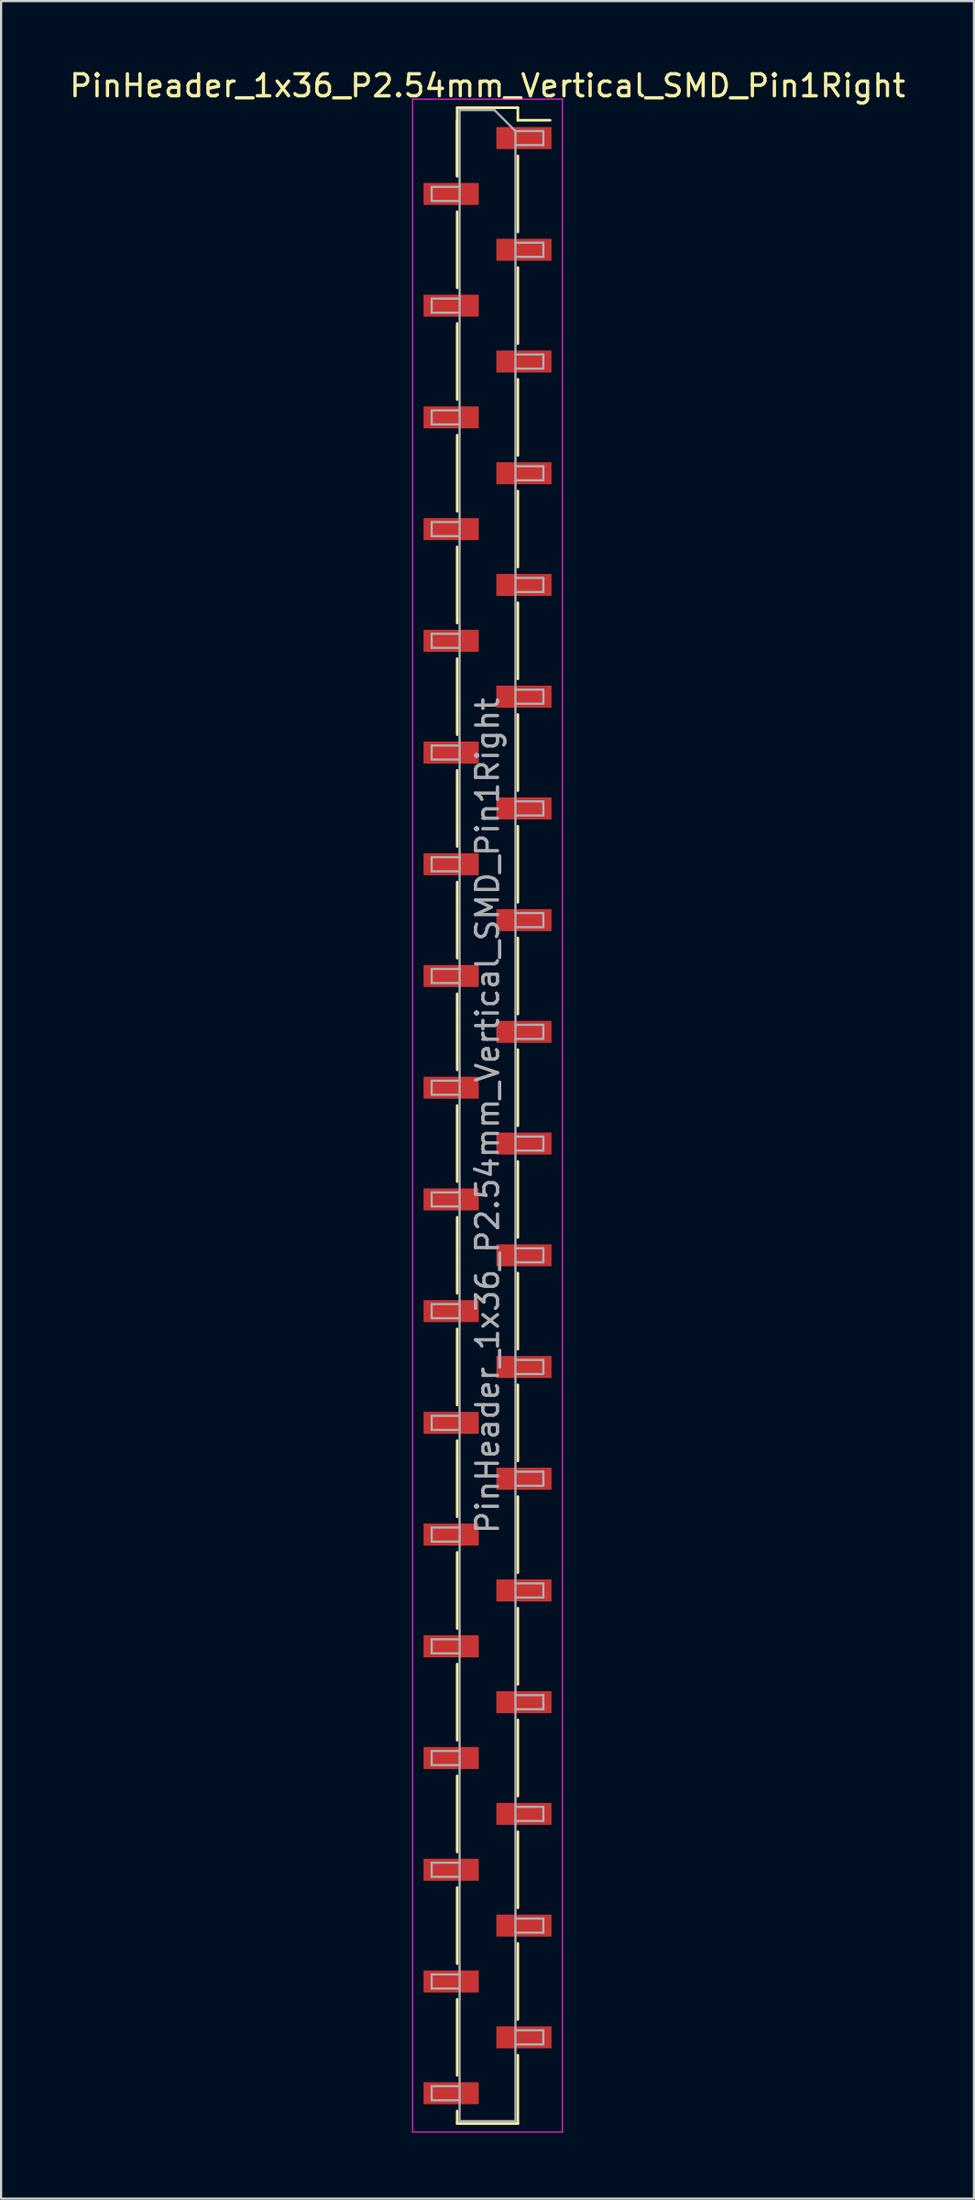
<source format=kicad_pcb>
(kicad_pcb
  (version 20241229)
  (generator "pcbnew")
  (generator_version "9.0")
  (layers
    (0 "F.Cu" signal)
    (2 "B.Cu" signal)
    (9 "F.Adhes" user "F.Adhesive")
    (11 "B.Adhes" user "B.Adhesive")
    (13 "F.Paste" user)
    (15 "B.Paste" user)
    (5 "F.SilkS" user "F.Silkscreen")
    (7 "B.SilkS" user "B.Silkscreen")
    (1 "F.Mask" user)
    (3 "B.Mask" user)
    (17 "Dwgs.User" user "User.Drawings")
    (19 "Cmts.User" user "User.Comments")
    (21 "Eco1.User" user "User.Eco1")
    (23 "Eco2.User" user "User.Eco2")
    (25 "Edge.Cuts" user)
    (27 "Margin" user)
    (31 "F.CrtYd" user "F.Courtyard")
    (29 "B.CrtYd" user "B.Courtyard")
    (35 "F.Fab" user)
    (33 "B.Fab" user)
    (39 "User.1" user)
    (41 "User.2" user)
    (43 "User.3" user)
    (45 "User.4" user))
  (footprint "PinHeader_1x36_P2.54mm_Vertical_SMD_Pin1Right"
    (layer "F.Cu")
    (at 19.125 47.678)
    (property "Reference" "PinHeader_1x36_P2.54mm_Vertical_SMD_Pin1Right" (at 0 -46.83 0) (layer "F.SilkS") (effects (font (size 1 1) (thickness 0.15))))
    (attr smd)
    (fp_line (start -1.38 -45.83) (end -1.38 -42.72) (stroke (width 0.12) (type solid)) (layer "F.SilkS"))
    (fp_line (start -1.38 -45.83) (end 1.38 -45.83) (stroke (width 0.12) (type solid)) (layer "F.SilkS"))
    (fp_line (start -1.38 -45.26) (end -1.38 -42.72) (stroke (width 0.12) (type solid)) (layer "F.SilkS"))
    (fp_line (start -1.38 -41.1) (end -1.38 -37.64) (stroke (width 0.12) (type solid)) (layer "F.SilkS"))
    (fp_line (start -1.38 -36.02) (end -1.38 -32.56) (stroke (width 0.12) (type solid)) (layer "F.SilkS"))
    (fp_line (start -1.38 -30.94) (end -1.38 -27.48) (stroke (width 0.12) (type solid)) (layer "F.SilkS"))
    (fp_line (start -1.38 -25.86) (end -1.38 -22.4) (stroke (width 0.12) (type solid)) (layer "F.SilkS"))
    (fp_line (start -1.38 -20.78) (end -1.38 -17.32) (stroke (width 0.12) (type solid)) (layer "F.SilkS"))
    (fp_line (start -1.38 -15.7) (end -1.38 -12.24) (stroke (width 0.12) (type solid)) (layer "F.SilkS"))
    (fp_line (start -1.38 -10.62) (end -1.38 -7.16) (stroke (width 0.12) (type solid)) (layer "F.SilkS"))
    (fp_line (start -1.38 -5.54) (end -1.38 -2.08) (stroke (width 0.12) (type solid)) (layer "F.SilkS"))
    (fp_line (start -1.38 -0.46) (end -1.38 3) (stroke (width 0.12) (type solid)) (layer "F.SilkS"))
    (fp_line (start -1.38 4.62) (end -1.38 8.08) (stroke (width 0.12) (type solid)) (layer "F.SilkS"))
    (fp_line (start -1.38 9.7) (end -1.38 13.16) (stroke (width 0.12) (type solid)) (layer "F.SilkS"))
    (fp_line (start -1.38 14.78) (end -1.38 18.24) (stroke (width 0.12) (type solid)) (layer "F.SilkS"))
    (fp_line (start -1.38 19.86) (end -1.38 23.32) (stroke (width 0.12) (type solid)) (layer "F.SilkS"))
    (fp_line (start -1.38 24.94) (end -1.38 28.4) (stroke (width 0.12) (type solid)) (layer "F.SilkS"))
    (fp_line (start -1.38 30.02) (end -1.38 33.48) (stroke (width 0.12) (type solid)) (layer "F.SilkS"))
    (fp_line (start -1.38 35.1) (end -1.38 38.56) (stroke (width 0.12) (type solid)) (layer "F.SilkS"))
    (fp_line (start -1.38 40.18) (end -1.38 43.64) (stroke (width 0.12) (type solid)) (layer "F.SilkS"))
    (fp_line (start -1.38 45.26) (end -1.38 45.83) (stroke (width 0.12) (type solid)) (layer "F.SilkS"))
    (fp_line (start -1.38 45.83) (end 1.38 45.83) (stroke (width 0.12) (type solid)) (layer "F.SilkS"))
    (fp_line (start 1.38 -45.83) (end 1.38 -45.26) (stroke (width 0.12) (type solid)) (layer "F.SilkS"))
    (fp_line (start 1.38 -45.26) (end 2.85 -45.26) (stroke (width 0.12) (type solid)) (layer "F.SilkS"))
    (fp_line (start 1.38 -43.64) (end 1.38 -40.18) (stroke (width 0.12) (type solid)) (layer "F.SilkS"))
    (fp_line (start 1.38 -38.56) (end 1.38 -35.1) (stroke (width 0.12) (type solid)) (layer "F.SilkS"))
    (fp_line (start 1.38 -33.48) (end 1.38 -30.02) (stroke (width 0.12) (type solid)) (layer "F.SilkS"))
    (fp_line (start 1.38 -28.4) (end 1.38 -24.94) (stroke (width 0.12) (type solid)) (layer "F.SilkS"))
    (fp_line (start 1.38 -23.32) (end 1.38 -19.86) (stroke (width 0.12) (type solid)) (layer "F.SilkS"))
    (fp_line (start 1.38 -18.24) (end 1.38 -14.78) (stroke (width 0.12) (type solid)) (layer "F.SilkS"))
    (fp_line (start 1.38 -13.16) (end 1.38 -9.7) (stroke (width 0.12) (type solid)) (layer "F.SilkS"))
    (fp_line (start 1.38 -8.08) (end 1.38 -4.62) (stroke (width 0.12) (type solid)) (layer "F.SilkS"))
    (fp_line (start 1.38 -3) (end 1.38 0.46) (stroke (width 0.12) (type solid)) (layer "F.SilkS"))
    (fp_line (start 1.38 2.08) (end 1.38 5.54) (stroke (width 0.12) (type solid)) (layer "F.SilkS"))
    (fp_line (start 1.38 7.16) (end 1.38 10.62) (stroke (width 0.12) (type solid)) (layer "F.SilkS"))
    (fp_line (start 1.38 12.24) (end 1.38 15.7) (stroke (width 0.12) (type solid)) (layer "F.SilkS"))
    (fp_line (start 1.38 17.32) (end 1.38 20.78) (stroke (width 0.12) (type solid)) (layer "F.SilkS"))
    (fp_line (start 1.38 22.4) (end 1.38 25.86) (stroke (width 0.12) (type solid)) (layer "F.SilkS"))
    (fp_line (start 1.38 27.48) (end 1.38 30.94) (stroke (width 0.12) (type solid)) (layer "F.SilkS"))
    (fp_line (start 1.38 32.56) (end 1.38 36.02) (stroke (width 0.12) (type solid)) (layer "F.SilkS"))
    (fp_line (start 1.38 37.64) (end 1.38 41.1) (stroke (width 0.12) (type solid)) (layer "F.SilkS"))
    (fp_line (start 1.38 42.72) (end 1.38 45.83) (stroke (width 0.12) (type solid)) (layer "F.SilkS"))
    (fp_line (start -3.41 -46.22) (end -3.41 46.22) (stroke (width 0.05) (type solid)) (layer "F.CrtYd"))
    (fp_line (start -3.41 46.22) (end 3.41 46.22) (stroke (width 0.05) (type solid)) (layer "F.CrtYd"))
    (fp_line (start 3.41 -46.22) (end -3.41 -46.22) (stroke (width 0.05) (type solid)) (layer "F.CrtYd"))
    (fp_line (start 3.41 46.22) (end 3.41 -46.22) (stroke (width 0.05) (type solid)) (layer "F.CrtYd"))
    (fp_line (start -2.54 -42.23) (end -2.54 -41.59) (stroke (width 0.1) (type solid)) (layer "F.Fab"))
    (fp_line (start -2.54 -41.59) (end -1.27 -41.59) (stroke (width 0.1) (type solid)) (layer "F.Fab"))
    (fp_line (start -2.54 -37.15) (end -2.54 -36.51) (stroke (width 0.1) (type solid)) (layer "F.Fab"))
    (fp_line (start -2.54 -36.51) (end -1.27 -36.51) (stroke (width 0.1) (type solid)) (layer "F.Fab"))
    (fp_line (start -2.54 -32.07) (end -2.54 -31.43) (stroke (width 0.1) (type solid)) (layer "F.Fab"))
    (fp_line (start -2.54 -31.43) (end -1.27 -31.43) (stroke (width 0.1) (type solid)) (layer "F.Fab"))
    (fp_line (start -2.54 -26.99) (end -2.54 -26.35) (stroke (width 0.1) (type solid)) (layer "F.Fab"))
    (fp_line (start -2.54 -26.35) (end -1.27 -26.35) (stroke (width 0.1) (type solid)) (layer "F.Fab"))
    (fp_line (start -2.54 -21.91) (end -2.54 -21.27) (stroke (width 0.1) (type solid)) (layer "F.Fab"))
    (fp_line (start -2.54 -21.27) (end -1.27 -21.27) (stroke (width 0.1) (type solid)) (layer "F.Fab"))
    (fp_line (start -2.54 -16.83) (end -2.54 -16.19) (stroke (width 0.1) (type solid)) (layer "F.Fab"))
    (fp_line (start -2.54 -16.19) (end -1.27 -16.19) (stroke (width 0.1) (type solid)) (layer "F.Fab"))
    (fp_line (start -2.54 -11.75) (end -2.54 -11.11) (stroke (width 0.1) (type solid)) (layer "F.Fab"))
    (fp_line (start -2.54 -11.11) (end -1.27 -11.11) (stroke (width 0.1) (type solid)) (layer "F.Fab"))
    (fp_line (start -2.54 -6.67) (end -2.54 -6.03) (stroke (width 0.1) (type solid)) (layer "F.Fab"))
    (fp_line (start -2.54 -6.03) (end -1.27 -6.03) (stroke (width 0.1) (type solid)) (layer "F.Fab"))
    (fp_line (start -2.54 -1.59) (end -2.54 -0.95) (stroke (width 0.1) (type solid)) (layer "F.Fab"))
    (fp_line (start -2.54 -0.95) (end -1.27 -0.95) (stroke (width 0.1) (type solid)) (layer "F.Fab"))
    (fp_line (start -2.54 3.49) (end -2.54 4.13) (stroke (width 0.1) (type solid)) (layer "F.Fab"))
    (fp_line (start -2.54 4.13) (end -1.27 4.13) (stroke (width 0.1) (type solid)) (layer "F.Fab"))
    (fp_line (start -2.54 8.57) (end -2.54 9.21) (stroke (width 0.1) (type solid)) (layer "F.Fab"))
    (fp_line (start -2.54 9.21) (end -1.27 9.21) (stroke (width 0.1) (type solid)) (layer "F.Fab"))
    (fp_line (start -2.54 13.65) (end -2.54 14.29) (stroke (width 0.1) (type solid)) (layer "F.Fab"))
    (fp_line (start -2.54 14.29) (end -1.27 14.29) (stroke (width 0.1) (type solid)) (layer "F.Fab"))
    (fp_line (start -2.54 18.73) (end -2.54 19.37) (stroke (width 0.1) (type solid)) (layer "F.Fab"))
    (fp_line (start -2.54 19.37) (end -1.27 19.37) (stroke (width 0.1) (type solid)) (layer "F.Fab"))
    (fp_line (start -2.54 23.81) (end -2.54 24.45) (stroke (width 0.1) (type solid)) (layer "F.Fab"))
    (fp_line (start -2.54 24.45) (end -1.27 24.45) (stroke (width 0.1) (type solid)) (layer "F.Fab"))
    (fp_line (start -2.54 28.89) (end -2.54 29.53) (stroke (width 0.1) (type solid)) (layer "F.Fab"))
    (fp_line (start -2.54 29.53) (end -1.27 29.53) (stroke (width 0.1) (type solid)) (layer "F.Fab"))
    (fp_line (start -2.54 33.97) (end -2.54 34.61) (stroke (width 0.1) (type solid)) (layer "F.Fab"))
    (fp_line (start -2.54 34.61) (end -1.27 34.61) (stroke (width 0.1) (type solid)) (layer "F.Fab"))
    (fp_line (start -2.54 39.05) (end -2.54 39.69) (stroke (width 0.1) (type solid)) (layer "F.Fab"))
    (fp_line (start -2.54 39.69) (end -1.27 39.69) (stroke (width 0.1) (type solid)) (layer "F.Fab"))
    (fp_line (start -2.54 44.13) (end -2.54 44.77) (stroke (width 0.1) (type solid)) (layer "F.Fab"))
    (fp_line (start -2.54 44.77) (end -1.27 44.77) (stroke (width 0.1) (type solid)) (layer "F.Fab"))
    (fp_line (start -1.27 -45.72) (end -1.27 45.72) (stroke (width 0.1) (type solid)) (layer "F.Fab"))
    (fp_line (start -1.27 -45.72) (end 0.32 -45.72) (stroke (width 0.1) (type solid)) (layer "F.Fab"))
    (fp_line (start -1.27 -42.23) (end -2.54 -42.23) (stroke (width 0.1) (type solid)) (layer "F.Fab"))
    (fp_line (start -1.27 -37.15) (end -2.54 -37.15) (stroke (width 0.1) (type solid)) (layer "F.Fab"))
    (fp_line (start -1.27 -32.07) (end -2.54 -32.07) (stroke (width 0.1) (type solid)) (layer "F.Fab"))
    (fp_line (start -1.27 -26.99) (end -2.54 -26.99) (stroke (width 0.1) (type solid)) (layer "F.Fab"))
    (fp_line (start -1.27 -21.91) (end -2.54 -21.91) (stroke (width 0.1) (type solid)) (layer "F.Fab"))
    (fp_line (start -1.27 -16.83) (end -2.54 -16.83) (stroke (width 0.1) (type solid)) (layer "F.Fab"))
    (fp_line (start -1.27 -11.75) (end -2.54 -11.75) (stroke (width 0.1) (type solid)) (layer "F.Fab"))
    (fp_line (start -1.27 -6.67) (end -2.54 -6.67) (stroke (width 0.1) (type solid)) (layer "F.Fab"))
    (fp_line (start -1.27 -1.59) (end -2.54 -1.59) (stroke (width 0.1) (type solid)) (layer "F.Fab"))
    (fp_line (start -1.27 3.49) (end -2.54 3.49) (stroke (width 0.1) (type solid)) (layer "F.Fab"))
    (fp_line (start -1.27 8.57) (end -2.54 8.57) (stroke (width 0.1) (type solid)) (layer "F.Fab"))
    (fp_line (start -1.27 13.65) (end -2.54 13.65) (stroke (width 0.1) (type solid)) (layer "F.Fab"))
    (fp_line (start -1.27 18.73) (end -2.54 18.73) (stroke (width 0.1) (type solid)) (layer "F.Fab"))
    (fp_line (start -1.27 23.81) (end -2.54 23.81) (stroke (width 0.1) (type solid)) (layer "F.Fab"))
    (fp_line (start -1.27 28.89) (end -2.54 28.89) (stroke (width 0.1) (type solid)) (layer "F.Fab"))
    (fp_line (start -1.27 33.97) (end -2.54 33.97) (stroke (width 0.1) (type solid)) (layer "F.Fab"))
    (fp_line (start -1.27 39.05) (end -2.54 39.05) (stroke (width 0.1) (type solid)) (layer "F.Fab"))
    (fp_line (start -1.27 44.13) (end -2.54 44.13) (stroke (width 0.1) (type solid)) (layer "F.Fab"))
    (fp_line (start 1.27 -44.77) (end 0.32 -45.72) (stroke (width 0.1) (type solid)) (layer "F.Fab"))
    (fp_line (start 1.27 -44.77) (end 2.54 -44.77) (stroke (width 0.1) (type solid)) (layer "F.Fab"))
    (fp_line (start 1.27 -39.69) (end 2.54 -39.69) (stroke (width 0.1) (type solid)) (layer "F.Fab"))
    (fp_line (start 1.27 -34.61) (end 2.54 -34.61) (stroke (width 0.1) (type solid)) (layer "F.Fab"))
    (fp_line (start 1.27 -29.53) (end 2.54 -29.53) (stroke (width 0.1) (type solid)) (layer "F.Fab"))
    (fp_line (start 1.27 -24.45) (end 2.54 -24.45) (stroke (width 0.1) (type solid)) (layer "F.Fab"))
    (fp_line (start 1.27 -19.37) (end 2.54 -19.37) (stroke (width 0.1) (type solid)) (layer "F.Fab"))
    (fp_line (start 1.27 -14.29) (end 2.54 -14.29) (stroke (width 0.1) (type solid)) (layer "F.Fab"))
    (fp_line (start 1.27 -9.21) (end 2.54 -9.21) (stroke (width 0.1) (type solid)) (layer "F.Fab"))
    (fp_line (start 1.27 -4.13) (end 2.54 -4.13) (stroke (width 0.1) (type solid)) (layer "F.Fab"))
    (fp_line (start 1.27 0.95) (end 2.54 0.95) (stroke (width 0.1) (type solid)) (layer "F.Fab"))
    (fp_line (start 1.27 6.03) (end 2.54 6.03) (stroke (width 0.1) (type solid)) (layer "F.Fab"))
    (fp_line (start 1.27 11.11) (end 2.54 11.11) (stroke (width 0.1) (type solid)) (layer "F.Fab"))
    (fp_line (start 1.27 16.19) (end 2.54 16.19) (stroke (width 0.1) (type solid)) (layer "F.Fab"))
    (fp_line (start 1.27 21.27) (end 2.54 21.27) (stroke (width 0.1) (type solid)) (layer "F.Fab"))
    (fp_line (start 1.27 26.35) (end 2.54 26.35) (stroke (width 0.1) (type solid)) (layer "F.Fab"))
    (fp_line (start 1.27 31.43) (end 2.54 31.43) (stroke (width 0.1) (type solid)) (layer "F.Fab"))
    (fp_line (start 1.27 36.51) (end 2.54 36.51) (stroke (width 0.1) (type solid)) (layer "F.Fab"))
    (fp_line (start 1.27 41.59) (end 2.54 41.59) (stroke (width 0.1) (type solid)) (layer "F.Fab"))
    (fp_line (start 1.27 45.72) (end -1.27 45.72) (stroke (width 0.1) (type solid)) (layer "F.Fab"))
    (fp_line (start 1.27 45.72) (end 1.27 -44.77) (stroke (width 0.1) (type solid)) (layer "F.Fab"))
    (fp_line (start 2.54 -44.77) (end 2.54 -44.13) (stroke (width 0.1) (type solid)) (layer "F.Fab"))
    (fp_line (start 2.54 -44.13) (end 1.27 -44.13) (stroke (width 0.1) (type solid)) (layer "F.Fab"))
    (fp_line (start 2.54 -39.69) (end 2.54 -39.05) (stroke (width 0.1) (type solid)) (layer "F.Fab"))
    (fp_line (start 2.54 -39.05) (end 1.27 -39.05) (stroke (width 0.1) (type solid)) (layer "F.Fab"))
    (fp_line (start 2.54 -34.61) (end 2.54 -33.97) (stroke (width 0.1) (type solid)) (layer "F.Fab"))
    (fp_line (start 2.54 -33.97) (end 1.27 -33.97) (stroke (width 0.1) (type solid)) (layer "F.Fab"))
    (fp_line (start 2.54 -29.53) (end 2.54 -28.89) (stroke (width 0.1) (type solid)) (layer "F.Fab"))
    (fp_line (start 2.54 -28.89) (end 1.27 -28.89) (stroke (width 0.1) (type solid)) (layer "F.Fab"))
    (fp_line (start 2.54 -24.45) (end 2.54 -23.81) (stroke (width 0.1) (type solid)) (layer "F.Fab"))
    (fp_line (start 2.54 -23.81) (end 1.27 -23.81) (stroke (width 0.1) (type solid)) (layer "F.Fab"))
    (fp_line (start 2.54 -19.37) (end 2.54 -18.73) (stroke (width 0.1) (type solid)) (layer "F.Fab"))
    (fp_line (start 2.54 -18.73) (end 1.27 -18.73) (stroke (width 0.1) (type solid)) (layer "F.Fab"))
    (fp_line (start 2.54 -14.29) (end 2.54 -13.65) (stroke (width 0.1) (type solid)) (layer "F.Fab"))
    (fp_line (start 2.54 -13.65) (end 1.27 -13.65) (stroke (width 0.1) (type solid)) (layer "F.Fab"))
    (fp_line (start 2.54 -9.21) (end 2.54 -8.57) (stroke (width 0.1) (type solid)) (layer "F.Fab"))
    (fp_line (start 2.54 -8.57) (end 1.27 -8.57) (stroke (width 0.1) (type solid)) (layer "F.Fab"))
    (fp_line (start 2.54 -4.13) (end 2.54 -3.49) (stroke (width 0.1) (type solid)) (layer "F.Fab"))
    (fp_line (start 2.54 -3.49) (end 1.27 -3.49) (stroke (width 0.1) (type solid)) (layer "F.Fab"))
    (fp_line (start 2.54 0.95) (end 2.54 1.59) (stroke (width 0.1) (type solid)) (layer "F.Fab"))
    (fp_line (start 2.54 1.59) (end 1.27 1.59) (stroke (width 0.1) (type solid)) (layer "F.Fab"))
    (fp_line (start 2.54 6.03) (end 2.54 6.67) (stroke (width 0.1) (type solid)) (layer "F.Fab"))
    (fp_line (start 2.54 6.67) (end 1.27 6.67) (stroke (width 0.1) (type solid)) (layer "F.Fab"))
    (fp_line (start 2.54 11.11) (end 2.54 11.75) (stroke (width 0.1) (type solid)) (layer "F.Fab"))
    (fp_line (start 2.54 11.75) (end 1.27 11.75) (stroke (width 0.1) (type solid)) (layer "F.Fab"))
    (fp_line (start 2.54 16.19) (end 2.54 16.83) (stroke (width 0.1) (type solid)) (layer "F.Fab"))
    (fp_line (start 2.54 16.83) (end 1.27 16.83) (stroke (width 0.1) (type solid)) (layer "F.Fab"))
    (fp_line (start 2.54 21.27) (end 2.54 21.91) (stroke (width 0.1) (type solid)) (layer "F.Fab"))
    (fp_line (start 2.54 21.91) (end 1.27 21.91) (stroke (width 0.1) (type solid)) (layer "F.Fab"))
    (fp_line (start 2.54 26.35) (end 2.54 26.99) (stroke (width 0.1) (type solid)) (layer "F.Fab"))
    (fp_line (start 2.54 26.99) (end 1.27 26.99) (stroke (width 0.1) (type solid)) (layer "F.Fab"))
    (fp_line (start 2.54 31.43) (end 2.54 32.07) (stroke (width 0.1) (type solid)) (layer "F.Fab"))
    (fp_line (start 2.54 32.07) (end 1.27 32.07) (stroke (width 0.1) (type solid)) (layer "F.Fab"))
    (fp_line (start 2.54 36.51) (end 2.54 37.15) (stroke (width 0.1) (type solid)) (layer "F.Fab"))
    (fp_line (start 2.54 37.15) (end 1.27 37.15) (stroke (width 0.1) (type solid)) (layer "F.Fab"))
    (fp_line (start 2.54 41.59) (end 2.54 42.23) (stroke (width 0.1) (type solid)) (layer "F.Fab"))
    (fp_line (start 2.54 42.23) (end 1.27 42.23) (stroke (width 0.1) (type solid)) (layer "F.Fab"))
    (fp_text user "${REFERENCE}" (at 0 0 90) (layer "F.Fab") (effects (font (size 1 1) (thickness 0.15))))
    (pad "1" smd rect (at 1.655 -44.45) (size 2.51 1) (layers "F.Cu" "F.Mask" "F.Paste"))
    (pad "2" smd rect (at -1.655 -41.91) (size 2.51 1) (layers "F.Cu" "F.Mask" "F.Paste"))
    (pad "3" smd rect (at 1.655 -39.37) (size 2.51 1) (layers "F.Cu" "F.Mask" "F.Paste"))
    (pad "4" smd rect (at -1.655 -36.83) (size 2.51 1) (layers "F.Cu" "F.Mask" "F.Paste"))
    (pad "5" smd rect (at 1.655 -34.29) (size 2.51 1) (layers "F.Cu" "F.Mask" "F.Paste"))
    (pad "6" smd rect (at -1.655 -31.75) (size 2.51 1) (layers "F.Cu" "F.Mask" "F.Paste"))
    (pad "7" smd rect (at 1.655 -29.21) (size 2.51 1) (layers "F.Cu" "F.Mask" "F.Paste"))
    (pad "8" smd rect (at -1.655 -26.67) (size 2.51 1) (layers "F.Cu" "F.Mask" "F.Paste"))
    (pad "9" smd rect (at 1.655 -24.13) (size 2.51 1) (layers "F.Cu" "F.Mask" "F.Paste"))
    (pad "10" smd rect (at -1.655 -21.59) (size 2.51 1) (layers "F.Cu" "F.Mask" "F.Paste"))
    (pad "11" smd rect (at 1.655 -19.05) (size 2.51 1) (layers "F.Cu" "F.Mask" "F.Paste"))
    (pad "12" smd rect (at -1.655 -16.51) (size 2.51 1) (layers "F.Cu" "F.Mask" "F.Paste"))
    (pad "13" smd rect (at 1.655 -13.97) (size 2.51 1) (layers "F.Cu" "F.Mask" "F.Paste"))
    (pad "14" smd rect (at -1.655 -11.43) (size 2.51 1) (layers "F.Cu" "F.Mask" "F.Paste"))
    (pad "15" smd rect (at 1.655 -8.89) (size 2.51 1) (layers "F.Cu" "F.Mask" "F.Paste"))
    (pad "16" smd rect (at -1.655 -6.35) (size 2.51 1) (layers "F.Cu" "F.Mask" "F.Paste"))
    (pad "17" smd rect (at 1.655 -3.81) (size 2.51 1) (layers "F.Cu" "F.Mask" "F.Paste"))
    (pad "18" smd rect (at -1.655 -1.27) (size 2.51 1) (layers "F.Cu" "F.Mask" "F.Paste"))
    (pad "19" smd rect (at 1.655 1.27) (size 2.51 1) (layers "F.Cu" "F.Mask" "F.Paste"))
    (pad "20" smd rect (at -1.655 3.81) (size 2.51 1) (layers "F.Cu" "F.Mask" "F.Paste"))
    (pad "21" smd rect (at 1.655 6.35) (size 2.51 1) (layers "F.Cu" "F.Mask" "F.Paste"))
    (pad "22" smd rect (at -1.655 8.89) (size 2.51 1) (layers "F.Cu" "F.Mask" "F.Paste"))
    (pad "23" smd rect (at 1.655 11.43) (size 2.51 1) (layers "F.Cu" "F.Mask" "F.Paste"))
    (pad "24" smd rect (at -1.655 13.97) (size 2.51 1) (layers "F.Cu" "F.Mask" "F.Paste"))
    (pad "25" smd rect (at 1.655 16.51) (size 2.51 1) (layers "F.Cu" "F.Mask" "F.Paste"))
    (pad "26" smd rect (at -1.655 19.05) (size 2.51 1) (layers "F.Cu" "F.Mask" "F.Paste"))
    (pad "27" smd rect (at 1.655 21.59) (size 2.51 1) (layers "F.Cu" "F.Mask" "F.Paste"))
    (pad "28" smd rect (at -1.655 24.13) (size 2.51 1) (layers "F.Cu" "F.Mask" "F.Paste"))
    (pad "29" smd rect (at 1.655 26.67) (size 2.51 1) (layers "F.Cu" "F.Mask" "F.Paste"))
    (pad "30" smd rect (at -1.655 29.21) (size 2.51 1) (layers "F.Cu" "F.Mask" "F.Paste"))
    (pad "31" smd rect (at 1.655 31.75) (size 2.51 1) (layers "F.Cu" "F.Mask" "F.Paste"))
    (pad "32" smd rect (at -1.655 34.29) (size 2.51 1) (layers "F.Cu" "F.Mask" "F.Paste"))
    (pad "33" smd rect (at 1.655 36.83) (size 2.51 1) (layers "F.Cu" "F.Mask" "F.Paste"))
    (pad "34" smd rect (at -1.655 39.37) (size 2.51 1) (layers "F.Cu" "F.Mask" "F.Paste"))
    (pad "35" smd rect (at 1.655 41.91) (size 2.51 1) (layers "F.Cu" "F.Mask" "F.Paste"))
    (pad "36" smd rect (at -1.655 44.45) (size 2.51 1) (layers "F.Cu" "F.Mask" "F.Paste")))
  (gr_rect
    (start -3 -3)
    (end 41.25 96.923)
    (stroke (width 0.1) (type default))
    (fill no)
    (layer "Edge.Cuts")))
</source>
